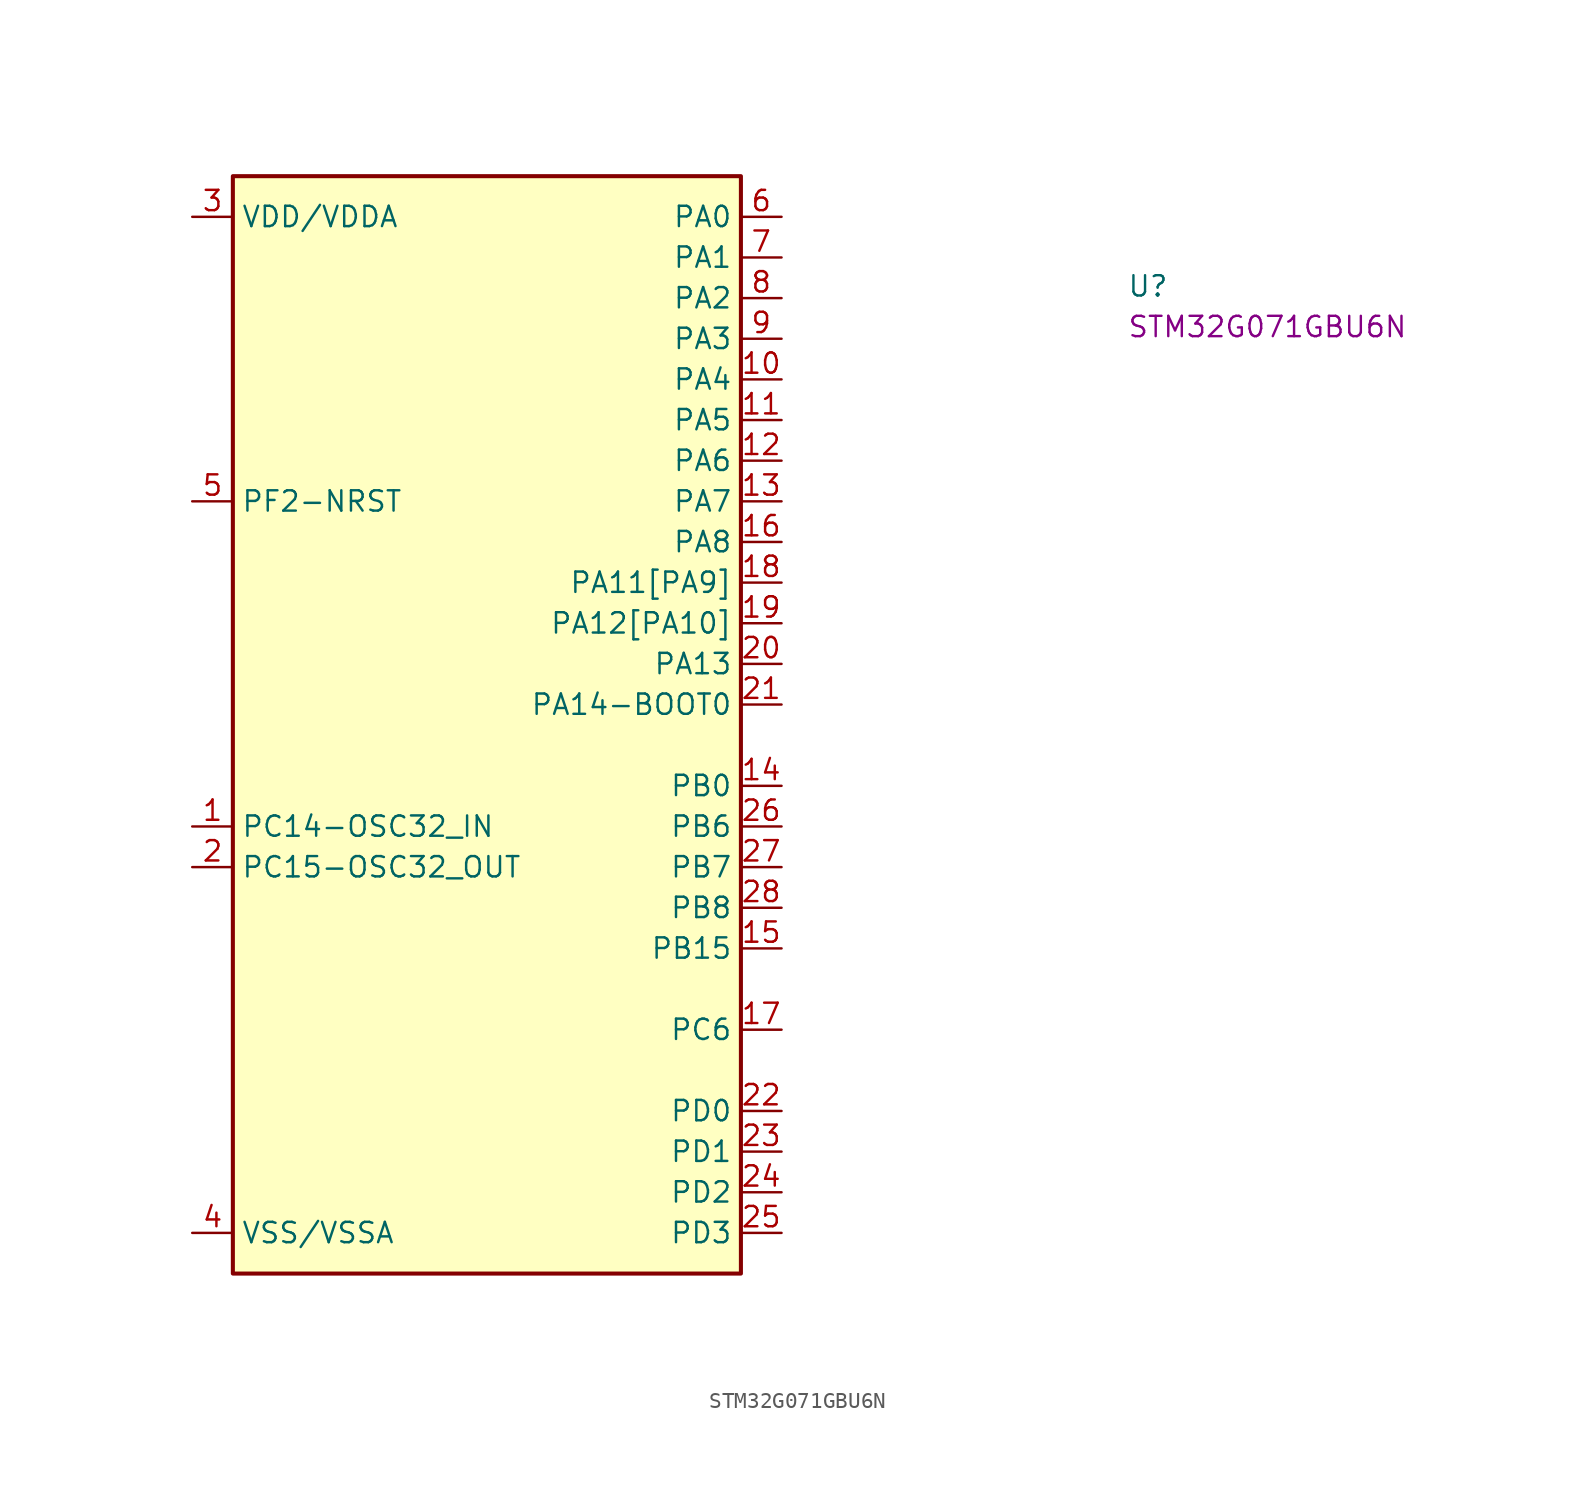
<source format=kicad_sym>
(kicad_symbol_lib
  (version 20220914)
  (generator kicad_symbol_editor)
  (symbol "STM32G071GBU6N"
    (property "Reference" "U"
      (at 58.42 -5.08 0)
      (effects (font (size 1.27 1.27) (thickness 0.15)) (justify left bottom)))
    (property "MPN" "STM32G071GBU6N"
      (at 58.42 -7.62 0)
      (effects (font (size 1.27 1.27) (thickness 0.15)) (justify left bottom)))
    (symbol "STM32G071GBU6N_1_1"
      (rectangle (start 2.54 2.54) (end 34.29 -66.04) (stroke (width 0.254) (type default)) (fill (type background)))
      (pin bidirectional line (at 0 -38.1 0) (length 2.54) (name "PC14-OSC32_IN" (effects (font (size 1.27 1.27)))) (number "1" (effects (font (size 1.27 1.27)))))
      (pin bidirectional line (at 36.83 -10.16 180) (length 2.54) (name "PA4" (effects (font (size 1.27 1.27)))) (number "10" (effects (font (size 1.27 1.27)))))
      (pin bidirectional line (at 36.83 -12.7 180) (length 2.54) (name "PA5" (effects (font (size 1.27 1.27)))) (number "11" (effects (font (size 1.27 1.27)))))
      (pin bidirectional line (at 36.83 -15.24 180) (length 2.54) (name "PA6" (effects (font (size 1.27 1.27)))) (number "12" (effects (font (size 1.27 1.27)))))
      (pin bidirectional line (at 36.83 -17.78 180) (length 2.54) (name "PA7" (effects (font (size 1.27 1.27)))) (number "13" (effects (font (size 1.27 1.27)))))
      (pin bidirectional line (at 36.83 -35.56 180) (length 2.54) (name "PB0" (effects (font (size 1.27 1.27)))) (number "14" (effects (font (size 1.27 1.27)))))
      (pin bidirectional line (at 36.83 -45.72 180) (length 2.54) (name "PB15" (effects (font (size 1.27 1.27)))) (number "15" (effects (font (size 1.27 1.27)))))
      (pin bidirectional line (at 36.83 -20.32 180) (length 2.54) (name "PA8" (effects (font (size 1.27 1.27)))) (number "16" (effects (font (size 1.27 1.27)))))
      (pin bidirectional line (at 36.83 -50.8 180) (length 2.54) (name "PC6" (effects (font (size 1.27 1.27)))) (number "17" (effects (font (size 1.27 1.27)))))
      (pin bidirectional line (at 36.83 -22.86 180) (length 2.54) (name "PA11[PA9]" (effects (font (size 1.27 1.27)))) (number "18" (effects (font (size 1.27 1.27)))))
      (pin bidirectional line (at 36.83 -25.4 180) (length 2.54) (name "PA12[PA10]" (effects (font (size 1.27 1.27)))) (number "19" (effects (font (size 1.27 1.27)))))
      (pin bidirectional line (at 0 -40.64 0) (length 2.54) (name "PC15-OSC32_OUT" (effects (font (size 1.27 1.27)))) (number "2" (effects (font (size 1.27 1.27)))))
      (pin bidirectional line (at 36.83 -27.94 180) (length 2.54) (name "PA13" (effects (font (size 1.27 1.27)))) (number "20" (effects (font (size 1.27 1.27)))))
      (pin bidirectional line (at 36.83 -30.48 180) (length 2.54) (name "PA14-BOOT0" (effects (font (size 1.27 1.27)))) (number "21" (effects (font (size 1.27 1.27)))))
      (pin bidirectional line (at 36.83 -55.88 180) (length 2.54) (name "PD0" (effects (font (size 1.27 1.27)))) (number "22" (effects (font (size 1.27 1.27)))))
      (pin bidirectional line (at 36.83 -58.42 180) (length 2.54) (name "PD1" (effects (font (size 1.27 1.27)))) (number "23" (effects (font (size 1.27 1.27)))))
      (pin bidirectional line (at 36.83 -60.96 180) (length 2.54) (name "PD2" (effects (font (size 1.27 1.27)))) (number "24" (effects (font (size 1.27 1.27)))))
      (pin bidirectional line (at 36.83 -63.5 180) (length 2.54) (name "PD3" (effects (font (size 1.27 1.27)))) (number "25" (effects (font (size 1.27 1.27)))))
      (pin bidirectional line (at 36.83 -38.1 180) (length 2.54) (name "PB6" (effects (font (size 1.27 1.27)))) (number "26" (effects (font (size 1.27 1.27)))))
      (pin bidirectional line (at 36.83 -40.64 180) (length 2.54) (name "PB7" (effects (font (size 1.27 1.27)))) (number "27" (effects (font (size 1.27 1.27)))))
      (pin bidirectional line (at 36.83 -43.18 180) (length 2.54) (name "PB8" (effects (font (size 1.27 1.27)))) (number "28" (effects (font (size 1.27 1.27)))))
      (pin power_in line (at 0 0 0) (length 2.54) (name "VDD/VDDA" (effects (font (size 1.27 1.27)))) (number "3" (effects (font (size 1.27 1.27)))))
      (pin power_in line (at 0 -63.5 0) (length 2.54) (name "VSS/VSSA" (effects (font (size 1.27 1.27)))) (number "4" (effects (font (size 1.27 1.27)))))
      (pin input line (at 0 -17.78 0) (length 2.54) (name "PF2-NRST" (effects (font (size 1.27 1.27)))) (number "5" (effects (font (size 1.27 1.27)))))
      (pin bidirectional line (at 36.83 0 180) (length 2.54) (name "PA0" (effects (font (size 1.27 1.27)))) (number "6" (effects (font (size 1.27 1.27)))))
      (pin bidirectional line (at 36.83 -2.54 180) (length 2.54) (name "PA1" (effects (font (size 1.27 1.27)))) (number "7" (effects (font (size 1.27 1.27)))))
      (pin bidirectional line (at 36.83 -5.08 180) (length 2.54) (name "PA2" (effects (font (size 1.27 1.27)))) (number "8" (effects (font (size 1.27 1.27)))))
      (pin bidirectional line (at 36.83 -7.62 180) (length 2.54) (name "PA3" (effects (font (size 1.27 1.27)))) (number "9" (effects (font (size 1.27 1.27))))))))
</source>
